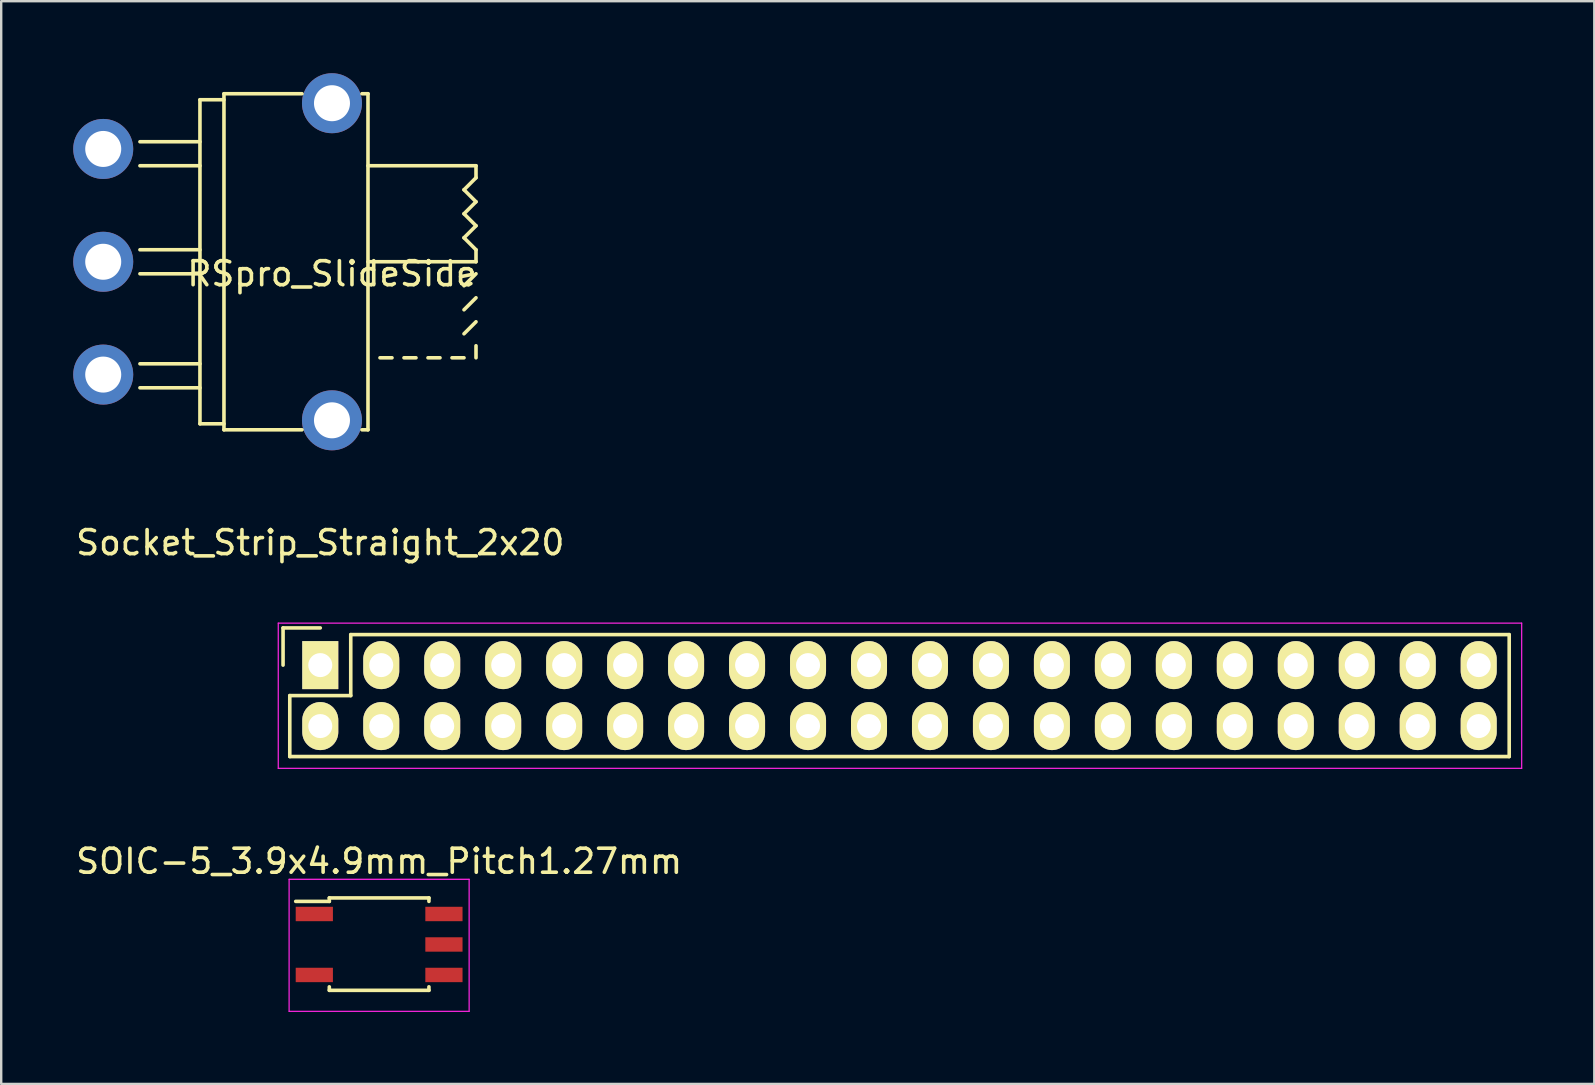
<source format=kicad_pcb>
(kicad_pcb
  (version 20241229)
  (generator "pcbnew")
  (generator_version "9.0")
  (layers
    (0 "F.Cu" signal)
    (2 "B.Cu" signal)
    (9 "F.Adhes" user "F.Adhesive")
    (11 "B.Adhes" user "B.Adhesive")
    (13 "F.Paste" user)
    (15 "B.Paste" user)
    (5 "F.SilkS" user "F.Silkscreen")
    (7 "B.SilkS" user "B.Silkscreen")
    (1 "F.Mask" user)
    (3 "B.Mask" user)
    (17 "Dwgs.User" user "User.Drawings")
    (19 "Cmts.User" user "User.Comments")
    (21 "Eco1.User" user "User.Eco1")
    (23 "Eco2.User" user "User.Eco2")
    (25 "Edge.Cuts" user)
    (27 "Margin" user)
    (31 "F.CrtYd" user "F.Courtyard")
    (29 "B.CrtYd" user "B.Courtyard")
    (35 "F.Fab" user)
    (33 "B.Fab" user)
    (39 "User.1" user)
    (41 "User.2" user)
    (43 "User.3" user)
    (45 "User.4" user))
  (footprint "Socket_Strip_Straight_2x20"
    (layer "F.Cu")
    (at 10.292 24.658)
    (property "Reference" "Socket_Strip_Straight_2x20" (at 0 -5.1 0) (layer "F.SilkS") (effects (font (size 1 1) (thickness 0.15))))
    (attr through_hole)
    (fp_line (start -1.55 -1.55) (end -1.55 0) (stroke (width 0.15) (type solid)) (layer "F.SilkS"))
    (fp_line (start -1.27 1.27) (end 1.27 1.27) (stroke (width 0.15) (type solid)) (layer "F.SilkS"))
    (fp_line (start -1.27 3.81) (end -1.27 1.27) (stroke (width 0.15) (type solid)) (layer "F.SilkS"))
    (fp_line (start 0 -1.55) (end -1.55 -1.55) (stroke (width 0.15) (type solid)) (layer "F.SilkS"))
    (fp_line (start 1.27 -1.27) (end 49.53 -1.27) (stroke (width 0.15) (type solid)) (layer "F.SilkS"))
    (fp_line (start 1.27 1.27) (end 1.27 -1.27) (stroke (width 0.15) (type solid)) (layer "F.SilkS"))
    (fp_line (start 49.53 3.81) (end -1.27 3.81) (stroke (width 0.15) (type solid)) (layer "F.SilkS"))
    (fp_line (start 49.53 3.81) (end 49.53 -1.27) (stroke (width 0.15) (type solid)) (layer "F.SilkS"))
    (fp_line (start -1.75 -1.75) (end -1.75 4.3) (stroke (width 0.05) (type solid)) (layer "F.CrtYd"))
    (fp_line (start -1.75 -1.75) (end 50.05 -1.75) (stroke (width 0.05) (type solid)) (layer "F.CrtYd"))
    (fp_line (start -1.75 4.3) (end 50.05 4.3) (stroke (width 0.05) (type solid)) (layer "F.CrtYd"))
    (fp_line (start 50.05 -1.75) (end 50.05 4.3) (stroke (width 0.05) (type solid)) (layer "F.CrtYd"))
    (pad "1" thru_hole rect (at 0 0) (size 1.5 2) (drill 1) (layers "*.Cu" "*.Mask" "F.SilkS"))
    (pad "2" thru_hole oval (at 0 2.54) (size 1.5 2) (drill 1) (layers "*.Cu" "*.Mask" "F.SilkS"))
    (pad "3" thru_hole oval (at 2.54 0) (size 1.5 2) (drill 1) (layers "*.Cu" "*.Mask" "F.SilkS"))
    (pad "4" thru_hole oval (at 2.54 2.54) (size 1.5 2) (drill 1) (layers "*.Cu" "*.Mask" "F.SilkS"))
    (pad "5" thru_hole oval (at 5.08 0) (size 1.5 2) (drill 1) (layers "*.Cu" "*.Mask" "F.SilkS"))
    (pad "6" thru_hole oval (at 5.08 2.54) (size 1.5 2) (drill 1) (layers "*.Cu" "*.Mask" "F.SilkS"))
    (pad "7" thru_hole oval (at 7.62 0) (size 1.5 2) (drill 1) (layers "*.Cu" "*.Mask" "F.SilkS"))
    (pad "8" thru_hole oval (at 7.62 2.54) (size 1.5 2) (drill 1) (layers "*.Cu" "*.Mask" "F.SilkS"))
    (pad "9" thru_hole oval (at 10.16 0) (size 1.5 2) (drill 1) (layers "*.Cu" "*.Mask" "F.SilkS"))
    (pad "10" thru_hole oval (at 10.16 2.54) (size 1.5 2) (drill 1) (layers "*.Cu" "*.Mask" "F.SilkS"))
    (pad "11" thru_hole oval (at 12.7 0) (size 1.5 2) (drill 1) (layers "*.Cu" "*.Mask" "F.SilkS"))
    (pad "12" thru_hole oval (at 12.7 2.54) (size 1.5 2) (drill 1) (layers "*.Cu" "*.Mask" "F.SilkS"))
    (pad "13" thru_hole oval (at 15.24 0) (size 1.5 2) (drill 1) (layers "*.Cu" "*.Mask" "F.SilkS"))
    (pad "14" thru_hole oval (at 15.24 2.54) (size 1.5 2) (drill 1) (layers "*.Cu" "*.Mask" "F.SilkS"))
    (pad "15" thru_hole oval (at 17.78 0) (size 1.5 2) (drill 1) (layers "*.Cu" "*.Mask" "F.SilkS"))
    (pad "16" thru_hole oval (at 17.78 2.54) (size 1.5 2) (drill 1) (layers "*.Cu" "*.Mask" "F.SilkS"))
    (pad "17" thru_hole oval (at 20.32 0) (size 1.5 2) (drill 1) (layers "*.Cu" "*.Mask" "F.SilkS"))
    (pad "18" thru_hole oval (at 20.32 2.54) (size 1.5 2) (drill 1) (layers "*.Cu" "*.Mask" "F.SilkS"))
    (pad "19" thru_hole oval (at 22.86 0) (size 1.5 2) (drill 1) (layers "*.Cu" "*.Mask" "F.SilkS"))
    (pad "20" thru_hole oval (at 22.86 2.54) (size 1.5 2) (drill 1) (layers "*.Cu" "*.Mask" "F.SilkS"))
    (pad "21" thru_hole oval (at 25.4 0) (size 1.5 2) (drill 1) (layers "*.Cu" "*.Mask" "F.SilkS"))
    (pad "22" thru_hole oval (at 25.4 2.54) (size 1.5 2) (drill 1) (layers "*.Cu" "*.Mask" "F.SilkS"))
    (pad "23" thru_hole oval (at 27.94 0) (size 1.5 2) (drill 1) (layers "*.Cu" "*.Mask" "F.SilkS"))
    (pad "24" thru_hole oval (at 27.94 2.54) (size 1.5 2) (drill 1) (layers "*.Cu" "*.Mask" "F.SilkS"))
    (pad "25" thru_hole oval (at 30.48 0) (size 1.5 2) (drill 1) (layers "*.Cu" "*.Mask" "F.SilkS"))
    (pad "26" thru_hole oval (at 30.48 2.54) (size 1.5 2) (drill 1) (layers "*.Cu" "*.Mask" "F.SilkS"))
    (pad "27" thru_hole oval (at 33.02 0) (size 1.5 2) (drill 1) (layers "*.Cu" "*.Mask" "F.SilkS"))
    (pad "28" thru_hole oval (at 33.02 2.54) (size 1.5 2) (drill 1) (layers "*.Cu" "*.Mask" "F.SilkS"))
    (pad "29" thru_hole oval (at 35.56 0) (size 1.5 2) (drill 1) (layers "*.Cu" "*.Mask" "F.SilkS"))
    (pad "30" thru_hole oval (at 35.56 2.54) (size 1.5 2) (drill 1) (layers "*.Cu" "*.Mask" "F.SilkS"))
    (pad "31" thru_hole oval (at 38.1 0) (size 1.5 2) (drill 1) (layers "*.Cu" "*.Mask" "F.SilkS"))
    (pad "32" thru_hole oval (at 38.1 2.54) (size 1.5 2) (drill 1) (layers "*.Cu" "*.Mask" "F.SilkS"))
    (pad "33" thru_hole oval (at 40.64 0) (size 1.5 2) (drill 1) (layers "*.Cu" "*.Mask" "F.SilkS"))
    (pad "34" thru_hole oval (at 40.64 2.54) (size 1.5 2) (drill 1) (layers "*.Cu" "*.Mask" "F.SilkS"))
    (pad "35" thru_hole oval (at 43.18 0) (size 1.5 2) (drill 1) (layers "*.Cu" "*.Mask" "F.SilkS"))
    (pad "36" thru_hole oval (at 43.18 2.54) (size 1.5 2) (drill 1) (layers "*.Cu" "*.Mask" "F.SilkS"))
    (pad "37" thru_hole oval (at 45.72 0) (size 1.5 2) (drill 1) (layers "*.Cu" "*.Mask" "F.SilkS"))
    (pad "38" thru_hole oval (at 45.72 2.54) (size 1.5 2) (drill 1) (layers "*.Cu" "*.Mask" "F.SilkS"))
    (pad "39" thru_hole oval (at 48.26 0) (size 1.5 2) (drill 1) (layers "*.Cu" "*.Mask" "F.SilkS"))
    (pad "40" thru_hole oval (at 48.26 2.54) (size 1.5 2) (drill 1) (layers "*.Cu" "*.Mask" "F.SilkS")))
  (footprint "SOIC-5_3.9x4.9mm_Pitch1.27mm"
    (layer "F.Cu")
    (at 12.744 36.331)
    (property "Reference" "SOIC-5_3.9x4.9mm_Pitch1.27mm" (at 0 -3.5 0) (layer "F.SilkS") (effects (font (size 1 1) (thickness 0.15))))
    (attr smd)
    (fp_line (start -2.075 -1.975) (end -2.075 -1.83) (stroke (width 0.15) (type solid)) (layer "F.SilkS"))
    (fp_line (start -2.075 -1.975) (end 2.075 -1.975) (stroke (width 0.15) (type solid)) (layer "F.SilkS"))
    (fp_line (start -2.075 -1.83) (end -3.475 -1.83) (stroke (width 0.15) (type solid)) (layer "F.SilkS"))
    (fp_line (start -2.075 1.875) (end -2.075 1.73) (stroke (width 0.15) (type solid)) (layer "F.SilkS"))
    (fp_line (start -2.075 1.875) (end 2.075 1.875) (stroke (width 0.15) (type solid)) (layer "F.SilkS"))
    (fp_line (start 2.075 -1.975) (end 2.075 -1.83) (stroke (width 0.15) (type solid)) (layer "F.SilkS"))
    (fp_line (start 2.075 1.875) (end 2.075 1.73) (stroke (width 0.15) (type solid)) (layer "F.SilkS"))
    (fp_line (start -3.75 -2.75) (end -3.75 2.75) (stroke (width 0.05) (type solid)) (layer "F.CrtYd"))
    (fp_line (start -3.75 -2.75) (end 3.75 -2.75) (stroke (width 0.05) (type solid)) (layer "F.CrtYd"))
    (fp_line (start -3.75 2.75) (end 3.75 2.75) (stroke (width 0.05) (type solid)) (layer "F.CrtYd"))
    (fp_line (start 3.75 -2.75) (end 3.75 2.75) (stroke (width 0.05) (type solid)) (layer "F.CrtYd"))
    (pad "1" smd rect (at -2.7 -1.305) (size 1.55 0.6) (layers "F.Cu" "F.Mask" "F.Paste"))
    (pad "3" smd rect (at -2.7 1.235) (size 1.55 0.6) (layers "F.Cu" "F.Mask" "F.Paste"))
    (pad "4" smd rect (at 2.7 1.235) (size 1.55 0.6) (layers "F.Cu" "F.Mask" "F.Paste"))
    (pad "5" smd rect (at 2.7 -0.035) (size 1.55 0.6) (layers "F.Cu" "F.Mask" "F.Paste"))
    (pad "6" smd rect (at 2.7 -1.305) (size 1.55 0.6) (layers "F.Cu" "F.Mask" "F.Paste")))
  (footprint "RSpro_SlideSide"
    (layer "F.Cu")
    (at 10.78 7.855)
    (property "Reference" "RSpro_SlideSide" (at 0 0.5 0) (layer "F.SilkS") (effects (font (size 1 1) (thickness 0.15))))
    (attr through_hole)
    (fp_line (start -8 -5) (end -5.5 -5) (stroke (width 0.15) (type solid)) (layer "F.SilkS"))
    (fp_line (start -8 -0.5) (end -5.5 -0.5) (stroke (width 0.15) (type solid)) (layer "F.SilkS"))
    (fp_line (start -8 4.25) (end -5.5 4.25) (stroke (width 0.15) (type solid)) (layer "F.SilkS"))
    (fp_line (start -5.5 -6.75) (end -5.5 6.75) (stroke (width 0.15) (type solid)) (layer "F.SilkS"))
    (fp_line (start -5.5 -6.75) (end -4.5 -6.75) (stroke (width 0.15) (type solid)) (layer "F.SilkS"))
    (fp_line (start -5.5 -4) (end -8 -4) (stroke (width 0.15) (type solid)) (layer "F.SilkS"))
    (fp_line (start -5.5 0.5) (end -8 0.5) (stroke (width 0.15) (type solid)) (layer "F.SilkS"))
    (fp_line (start -5.5 5.25) (end -8 5.25) (stroke (width 0.15) (type solid)) (layer "F.SilkS"))
    (fp_line (start -5.5 6.75) (end -4.5 6.75) (stroke (width 0.15) (type solid)) (layer "F.SilkS"))
    (fp_line (start -4.5 -7) (end -4.5 7) (stroke (width 0.15) (type solid)) (layer "F.SilkS"))
    (fp_line (start -4.5 -7) (end -1.25 -7) (stroke (width 0.15) (type solid)) (layer "F.SilkS"))
    (fp_line (start -4.5 7) (end -1.25 7) (stroke (width 0.15) (type solid)) (layer "F.SilkS"))
    (fp_line (start 1.5 -7) (end 1.25 -7) (stroke (width 0.15) (type solid)) (layer "F.SilkS"))
    (fp_line (start 1.5 -7) (end 1.5 7) (stroke (width 0.15) (type solid)) (layer "F.SilkS"))
    (fp_line (start 1.5 0) (end 6 0) (stroke (width 0.15) (type solid)) (layer "F.SilkS"))
    (fp_line (start 1.5 7) (end 1.25 7) (stroke (width 0.15) (type solid)) (layer "F.SilkS"))
    (fp_line (start 2.5 4) (end 2 4) (stroke (width 0.15) (type solid)) (layer "F.SilkS"))
    (fp_line (start 3.5 4) (end 3 4) (stroke (width 0.15) (type solid)) (layer "F.SilkS"))
    (fp_line (start 4.5 4) (end 4 4) (stroke (width 0.15) (type solid)) (layer "F.SilkS"))
    (fp_line (start 5.5 -3) (end 6 -2.5) (stroke (width 0.15) (type solid)) (layer "F.SilkS"))
    (fp_line (start 5.5 -2) (end 6 -1.5) (stroke (width 0.15) (type solid)) (layer "F.SilkS"))
    (fp_line (start 5.5 -1) (end 6 -0.5) (stroke (width 0.15) (type solid)) (layer "F.SilkS"))
    (fp_line (start 5.5 4) (end 5 4) (stroke (width 0.15) (type solid)) (layer "F.SilkS"))
    (fp_line (start 6 -4) (end 1.5 -4) (stroke (width 0.15) (type solid)) (layer "F.SilkS"))
    (fp_line (start 6 -4) (end 6 -3.5) (stroke (width 0.15) (type solid)) (layer "F.SilkS"))
    (fp_line (start 6 -3.5) (end 5.5 -3) (stroke (width 0.15) (type solid)) (layer "F.SilkS"))
    (fp_line (start 6 -2.5) (end 5.5 -2) (stroke (width 0.15) (type solid)) (layer "F.SilkS"))
    (fp_line (start 6 -1.5) (end 5.5 -1) (stroke (width 0.15) (type solid)) (layer "F.SilkS"))
    (fp_line (start 6 -0.5) (end 6 0) (stroke (width 0.15) (type solid)) (layer "F.SilkS"))
    (fp_line (start 6 0.5) (end 5.5 1) (stroke (width 0.15) (type solid)) (layer "F.SilkS"))
    (fp_line (start 6 1.5) (end 5.5 2) (stroke (width 0.15) (type solid)) (layer "F.SilkS"))
    (fp_line (start 6 2.5) (end 5.5 3) (stroke (width 0.15) (type solid)) (layer "F.SilkS"))
    (fp_line (start 6 3.5) (end 6 4) (stroke (width 0.15) (type solid)) (layer "F.SilkS"))
    (pad "1" thru_hole circle (at -9.53 -4.7) (size 2.5 2.5) (drill 1.5) (layers "*.Cu" "*.Mask"))
    (pad "2" thru_hole circle (at -9.53 0) (size 2.5 2.5) (drill 1.5) (layers "*.Cu" "*.Mask"))
    (pad "3" thru_hole circle (at -9.53 4.7) (size 2.5 2.5) (drill 1.5) (layers "*.Cu" "*.Mask"))
    (pad "4" thru_hole circle (at 0 -6.605) (size 2.5 2.5) (drill 1.5) (layers "*.Cu" "*.Mask"))
    (pad "5" thru_hole circle (at 0 6.605) (size 2.5 2.5) (drill 1.5) (layers "*.Cu" "*.Mask")))
  (gr_rect
    (start -3 -3)
    (end 63.367 42.106)
    (stroke (width 0.1) (type default))
    (fill no)
    (layer "Edge.Cuts")))
</source>
